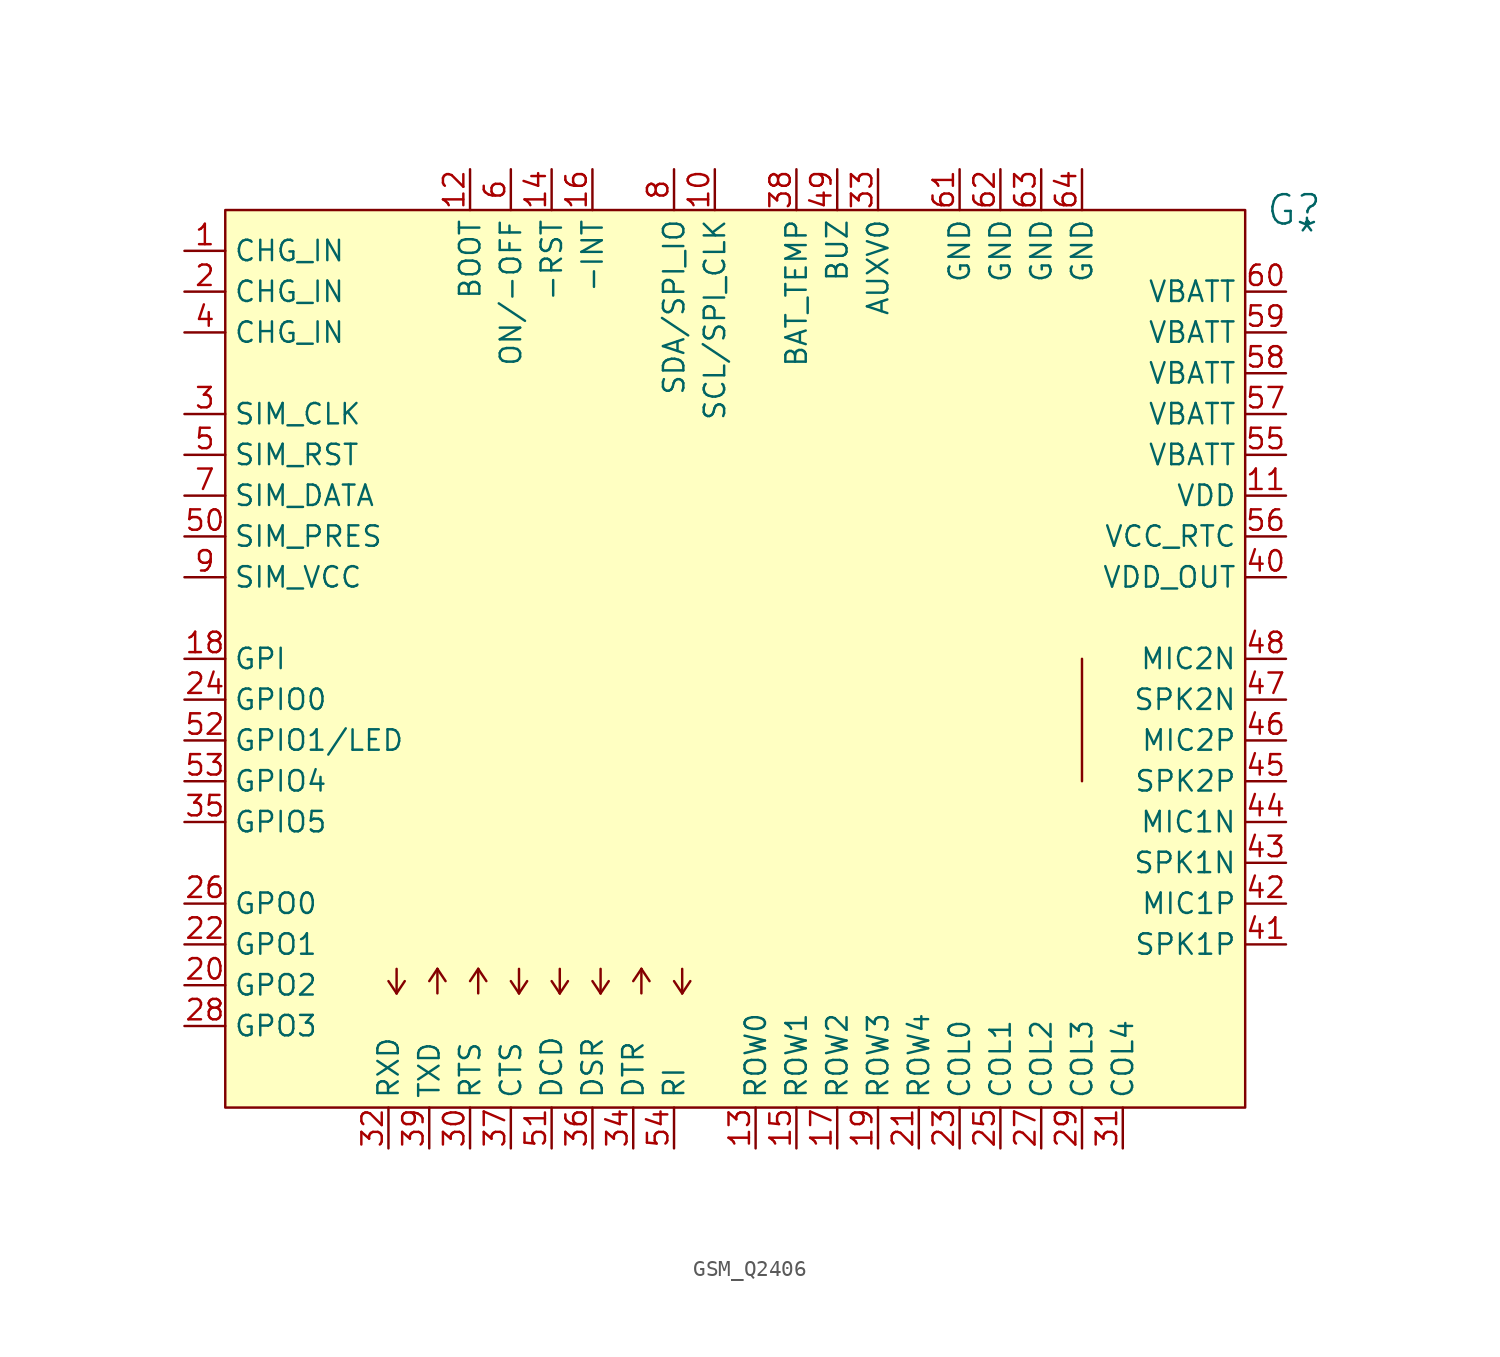
<source format=kicad_sym>
(kicad_symbol_lib
  (version 20241209)
  (generator "kicad_symbol_editor")
  (generator_version "9.0")
  (symbol "GSM_Q2406"
    (property "Reference" "G"
      (at 66.548 0 0)
      (effects (font (size 1.829 1.829))))
    (property "Value" "*"
      (at 66.548 -2.54 0)
      (effects (font (size 1.829 1.829)) (justify left bottom)))
    (symbol "GSM_Q2406_1_0"
      (polyline (pts (xy 10.668 -48.768) (xy 10.16 -48.006)) (stroke (width 0) (type solid)) (fill (type none)))
      (polyline (pts (xy 10.668 -48.768) (xy 10.668 -47.244)) (stroke (width 0) (type solid)) (fill (type none)))
      (polyline (pts (xy 11.176 -48.006) (xy 10.668 -48.768)) (stroke (width 0) (type solid)) (fill (type none)))
      (polyline (pts (xy 12.7 -48.006) (xy 13.208 -47.244)) (stroke (width 0) (type solid)) (fill (type none)))
      (polyline (pts (xy 13.208 -47.244) (xy 13.208 -48.768)) (stroke (width 0) (type solid)) (fill (type none)))
      (polyline (pts (xy 13.208 -47.244) (xy 13.716 -48.006)) (stroke (width 0) (type solid)) (fill (type none)))
      (polyline (pts (xy 15.24 -48.006) (xy 15.748 -47.244)) (stroke (width 0) (type solid)) (fill (type none)))
      (polyline (pts (xy 15.748 -47.244) (xy 15.748 -48.768)) (stroke (width 0) (type solid)) (fill (type none)))
      (polyline (pts (xy 15.748 -47.244) (xy 16.256 -48.006)) (stroke (width 0) (type solid)) (fill (type none)))
      (polyline (pts (xy 18.288 -48.768) (xy 17.78 -48.006)) (stroke (width 0) (type solid)) (fill (type none)))
      (polyline (pts (xy 18.288 -48.768) (xy 18.288 -47.244)) (stroke (width 0) (type solid)) (fill (type none)))
      (polyline (pts (xy 18.796 -48.006) (xy 18.288 -48.768)) (stroke (width 0) (type solid)) (fill (type none)))
      (polyline (pts (xy 20.828 -48.768) (xy 20.32 -48.006)) (stroke (width 0) (type solid)) (fill (type none)))
      (polyline (pts (xy 20.828 -48.768) (xy 20.828 -47.244)) (stroke (width 0) (type solid)) (fill (type none)))
      (polyline (pts (xy 21.336 -48.006) (xy 20.828 -48.768)) (stroke (width 0) (type solid)) (fill (type none)))
      (polyline (pts (xy 23.368 -48.768) (xy 22.86 -48.006)) (stroke (width 0) (type solid)) (fill (type none)))
      (polyline (pts (xy 23.368 -48.768) (xy 23.368 -47.244)) (stroke (width 0) (type solid)) (fill (type none)))
      (polyline (pts (xy 23.876 -48.006) (xy 23.368 -48.768)) (stroke (width 0) (type solid)) (fill (type none)))
      (polyline (pts (xy 25.4 -48.006) (xy 25.908 -47.244)) (stroke (width 0) (type solid)) (fill (type none)))
      (polyline (pts (xy 25.908 -47.244) (xy 25.908 -48.768)) (stroke (width 0) (type solid)) (fill (type none)))
      (polyline (pts (xy 25.908 -47.244) (xy 26.416 -48.006)) (stroke (width 0) (type solid)) (fill (type none)))
      (polyline (pts (xy 28.448 -48.768) (xy 27.94 -48.006)) (stroke (width 0) (type solid)) (fill (type none)))
      (polyline (pts (xy 28.448 -48.768) (xy 28.448 -47.244)) (stroke (width 0) (type solid)) (fill (type none)))
      (polyline (pts (xy 28.956 -48.006) (xy 28.448 -48.768)) (stroke (width 0) (type solid)) (fill (type none)))
      (polyline (pts (xy 53.34 -27.94) (xy 53.34 -35.56)) (stroke (width 0) (type solid)) (fill (type none)))
      (rectangle (start 63.5 0) (end 0 -55.88) (stroke (width 0) (type solid) (color 128 0 0 1)) (fill (type background)))
      (pin passive line (at -2.54 -2.54 0) (length 2.54) (name "CHG_IN" (effects (font (size 1.27 1.27)))) (number "1" (effects (font (size 1.27 1.27)))))
      (pin passive line (at -2.54 -5.08 0) (length 2.54) (name "CHG_IN" (effects (font (size 1.27 1.27)))) (number "2" (effects (font (size 1.27 1.27)))))
      (pin passive line (at -2.54 -7.62 0) (length 2.54) (name "CHG_IN" (effects (font (size 1.27 1.27)))) (number "4" (effects (font (size 1.27 1.27)))))
      (pin passive line (at -2.54 -12.7 0) (length 2.54) (name "SIM_CLK" (effects (font (size 1.27 1.27)))) (number "3" (effects (font (size 1.27 1.27)))))
      (pin passive line (at -2.54 -15.24 0) (length 2.54) (name "SIM_RST" (effects (font (size 1.27 1.27)))) (number "5" (effects (font (size 1.27 1.27)))))
      (pin passive line (at -2.54 -17.78 0) (length 2.54) (name "SIM_DATA" (effects (font (size 1.27 1.27)))) (number "7" (effects (font (size 1.27 1.27)))))
      (pin passive line (at -2.54 -20.32 0) (length 2.54) (name "SIM_PRES" (effects (font (size 1.27 1.27)))) (number "50" (effects (font (size 1.27 1.27)))))
      (pin passive line (at -2.54 -22.86 0) (length 2.54) (name "SIM_VCC" (effects (font (size 1.27 1.27)))) (number "9" (effects (font (size 1.27 1.27)))))
      (pin passive line (at -2.54 -27.94 0) (length 2.54) (name "GPI" (effects (font (size 1.27 1.27)))) (number "18" (effects (font (size 1.27 1.27)))))
      (pin passive line (at -2.54 -30.48 0) (length 2.54) (name "GPIO0" (effects (font (size 1.27 1.27)))) (number "24" (effects (font (size 1.27 1.27)))))
      (pin passive line (at -2.54 -33.02 0) (length 2.54) (name "GPIO1/LED" (effects (font (size 1.27 1.27)))) (number "52" (effects (font (size 1.27 1.27)))))
      (pin passive line (at -2.54 -35.56 0) (length 2.54) (name "GPIO4" (effects (font (size 1.27 1.27)))) (number "53" (effects (font (size 1.27 1.27)))))
      (pin passive line (at -2.54 -38.1 0) (length 2.54) (name "GPIO5" (effects (font (size 1.27 1.27)))) (number "35" (effects (font (size 1.27 1.27)))))
      (pin passive line (at -2.54 -43.18 0) (length 2.54) (name "GPO0" (effects (font (size 1.27 1.27)))) (number "26" (effects (font (size 1.27 1.27)))))
      (pin passive line (at -2.54 -45.72 0) (length 2.54) (name "GPO1" (effects (font (size 1.27 1.27)))) (number "22" (effects (font (size 1.27 1.27)))))
      (pin passive line (at -2.54 -48.26 0) (length 2.54) (name "GPO2" (effects (font (size 1.27 1.27)))) (number "20" (effects (font (size 1.27 1.27)))))
      (pin passive line (at -2.54 -50.8 0) (length 2.54) (name "GPO3" (effects (font (size 1.27 1.27)))) (number "28" (effects (font (size 1.27 1.27)))))
      (pin output line (at 10.16 -58.42 90) (length 2.54) (name "RXD" (effects (font (size 1.27 1.27)))) (number "32" (effects (font (size 1.27 1.27)))))
      (pin input line (at 12.7 -58.42 90) (length 2.54) (name "TXD" (effects (font (size 1.27 1.27)))) (number "39" (effects (font (size 1.27 1.27)))))
      (pin passive line (at 15.24 2.54 270) (length 2.54) (name "BOOT" (effects (font (size 1.27 1.27)))) (number "12" (effects (font (size 1.27 1.27)))))
      (pin input line (at 15.24 -58.42 90) (length 2.54) (name "RTS" (effects (font (size 1.27 1.27)))) (number "30" (effects (font (size 1.27 1.27)))))
      (pin passive line (at 17.78 2.54 270) (length 2.54) (name "ON/-OFF" (effects (font (size 1.27 1.27)))) (number "6" (effects (font (size 1.27 1.27)))))
      (pin output line (at 17.78 -58.42 90) (length 2.54) (name "CTS" (effects (font (size 1.27 1.27)))) (number "37" (effects (font (size 1.27 1.27)))))
      (pin passive line (at 20.32 2.54 270) (length 2.54) (name "-RST" (effects (font (size 1.27 1.27)))) (number "14" (effects (font (size 1.27 1.27)))))
      (pin output line (at 20.32 -58.42 90) (length 2.54) (name "DCD" (effects (font (size 1.27 1.27)))) (number "51" (effects (font (size 1.27 1.27)))))
      (pin passive line (at 22.86 2.54 270) (length 2.54) (name "-INT" (effects (font (size 1.27 1.27)))) (number "16" (effects (font (size 1.27 1.27)))))
      (pin output line (at 22.86 -58.42 90) (length 2.54) (name "DSR" (effects (font (size 1.27 1.27)))) (number "36" (effects (font (size 1.27 1.27)))))
      (pin input line (at 25.4 -58.42 90) (length 2.54) (name "DTR" (effects (font (size 1.27 1.27)))) (number "34" (effects (font (size 1.27 1.27)))))
      (pin passive line (at 27.94 2.54 270) (length 2.54) (name "SDA/SPI_IO" (effects (font (size 1.27 1.27)))) (number "8" (effects (font (size 1.27 1.27)))))
      (pin output line (at 27.94 -58.42 90) (length 2.54) (name "RI" (effects (font (size 1.27 1.27)))) (number "54" (effects (font (size 1.27 1.27)))))
      (pin passive line (at 30.48 2.54 270) (length 2.54) (name "SCL/SPI_CLK" (effects (font (size 1.27 1.27)))) (number "10" (effects (font (size 1.27 1.27)))))
      (pin passive line (at 33.02 -58.42 90) (length 2.54) (name "ROW0" (effects (font (size 1.27 1.27)))) (number "13" (effects (font (size 1.27 1.27)))))
      (pin passive line (at 35.56 2.54 270) (length 2.54) (name "BAT_TEMP" (effects (font (size 1.27 1.27)))) (number "38" (effects (font (size 1.27 1.27)))))
      (pin passive line (at 35.56 -58.42 90) (length 2.54) (name "ROW1" (effects (font (size 1.27 1.27)))) (number "15" (effects (font (size 1.27 1.27)))))
      (pin passive line (at 38.1 2.54 270) (length 2.54) (name "BUZ" (effects (font (size 1.27 1.27)))) (number "49" (effects (font (size 1.27 1.27)))))
      (pin passive line (at 38.1 -58.42 90) (length 2.54) (name "ROW2" (effects (font (size 1.27 1.27)))) (number "17" (effects (font (size 1.27 1.27)))))
      (pin passive line (at 40.64 2.54 270) (length 2.54) (name "AUXV0" (effects (font (size 1.27 1.27)))) (number "33" (effects (font (size 1.27 1.27)))))
      (pin passive line (at 40.64 -58.42 90) (length 2.54) (name "ROW3" (effects (font (size 1.27 1.27)))) (number "19" (effects (font (size 1.27 1.27)))))
      (pin passive line (at 43.18 -58.42 90) (length 2.54) (name "ROW4" (effects (font (size 1.27 1.27)))) (number "21" (effects (font (size 1.27 1.27)))))
      (pin passive line (at 45.72 2.54 270) (length 2.54) (name "GND" (effects (font (size 1.27 1.27)))) (number "61" (effects (font (size 1.27 1.27)))))
      (pin passive line (at 45.72 -58.42 90) (length 2.54) (name "COL0" (effects (font (size 1.27 1.27)))) (number "23" (effects (font (size 1.27 1.27)))))
      (pin passive line (at 48.26 2.54 270) (length 2.54) (name "GND" (effects (font (size 1.27 1.27)))) (number "62" (effects (font (size 1.27 1.27)))))
      (pin passive line (at 48.26 -58.42 90) (length 2.54) (name "COL1" (effects (font (size 1.27 1.27)))) (number "25" (effects (font (size 1.27 1.27)))))
      (pin passive line (at 50.8 2.54 270) (length 2.54) (name "GND" (effects (font (size 1.27 1.27)))) (number "63" (effects (font (size 1.27 1.27)))))
      (pin passive line (at 50.8 -58.42 90) (length 2.54) (name "COL2" (effects (font (size 1.27 1.27)))) (number "27" (effects (font (size 1.27 1.27)))))
      (pin passive line (at 53.34 2.54 270) (length 2.54) (name "GND" (effects (font (size 1.27 1.27)))) (number "64" (effects (font (size 1.27 1.27)))))
      (pin passive line (at 53.34 -58.42 90) (length 2.54) (name "COL3" (effects (font (size 1.27 1.27)))) (number "29" (effects (font (size 1.27 1.27)))))
      (pin passive line (at 55.88 -58.42 90) (length 2.54) (name "COL4" (effects (font (size 1.27 1.27)))) (number "31" (effects (font (size 1.27 1.27)))))
      (pin passive line (at 66.04 -5.08 180) (length 2.54) (name "VBATT" (effects (font (size 1.27 1.27)))) (number "60" (effects (font (size 1.27 1.27)))))
      (pin passive line (at 66.04 -7.62 180) (length 2.54) (name "VBATT" (effects (font (size 1.27 1.27)))) (number "59" (effects (font (size 1.27 1.27)))))
      (pin passive line (at 66.04 -10.16 180) (length 2.54) (name "VBATT" (effects (font (size 1.27 1.27)))) (number "58" (effects (font (size 1.27 1.27)))))
      (pin passive line (at 66.04 -12.7 180) (length 2.54) (name "VBATT" (effects (font (size 1.27 1.27)))) (number "57" (effects (font (size 1.27 1.27)))))
      (pin passive line (at 66.04 -15.24 180) (length 2.54) (name "VBATT" (effects (font (size 1.27 1.27)))) (number "55" (effects (font (size 1.27 1.27)))))
      (pin passive line (at 66.04 -17.78 180) (length 2.54) (name "VDD" (effects (font (size 1.27 1.27)))) (number "11" (effects (font (size 1.27 1.27)))))
      (pin passive line (at 66.04 -20.32 180) (length 2.54) (name "VCC_RTC" (effects (font (size 1.27 1.27)))) (number "56" (effects (font (size 1.27 1.27)))))
      (pin output line (at 66.04 -22.86 180) (length 2.54) (name "VDD_OUT" (effects (font (size 1.27 1.27)))) (number "40" (effects (font (size 1.27 1.27)))))
      (pin passive line (at 66.04 -27.94 180) (length 2.54) (name "MIC2N" (effects (font (size 1.27 1.27)))) (number "48" (effects (font (size 1.27 1.27)))))
      (pin passive line (at 66.04 -30.48 180) (length 2.54) (name "SPK2N" (effects (font (size 1.27 1.27)))) (number "47" (effects (font (size 1.27 1.27)))))
      (pin passive line (at 66.04 -33.02 180) (length 2.54) (name "MIC2P" (effects (font (size 1.27 1.27)))) (number "46" (effects (font (size 1.27 1.27)))))
      (pin passive line (at 66.04 -35.56 180) (length 2.54) (name "SPK2P" (effects (font (size 1.27 1.27)))) (number "45" (effects (font (size 1.27 1.27)))))
      (pin passive line (at 66.04 -38.1 180) (length 2.54) (name "MIC1N" (effects (font (size 1.27 1.27)))) (number "44" (effects (font (size 1.27 1.27)))))
      (pin passive line (at 66.04 -40.64 180) (length 2.54) (name "SPK1N" (effects (font (size 1.27 1.27)))) (number "43" (effects (font (size 1.27 1.27)))))
      (pin passive line (at 66.04 -43.18 180) (length 2.54) (name "MIC1P" (effects (font (size 1.27 1.27)))) (number "42" (effects (font (size 1.27 1.27)))))
      (pin passive line (at 66.04 -45.72 180) (length 2.54) (name "SPK1P" (effects (font (size 1.27 1.27)))) (number "41" (effects (font (size 1.27 1.27))))))))
</source>
